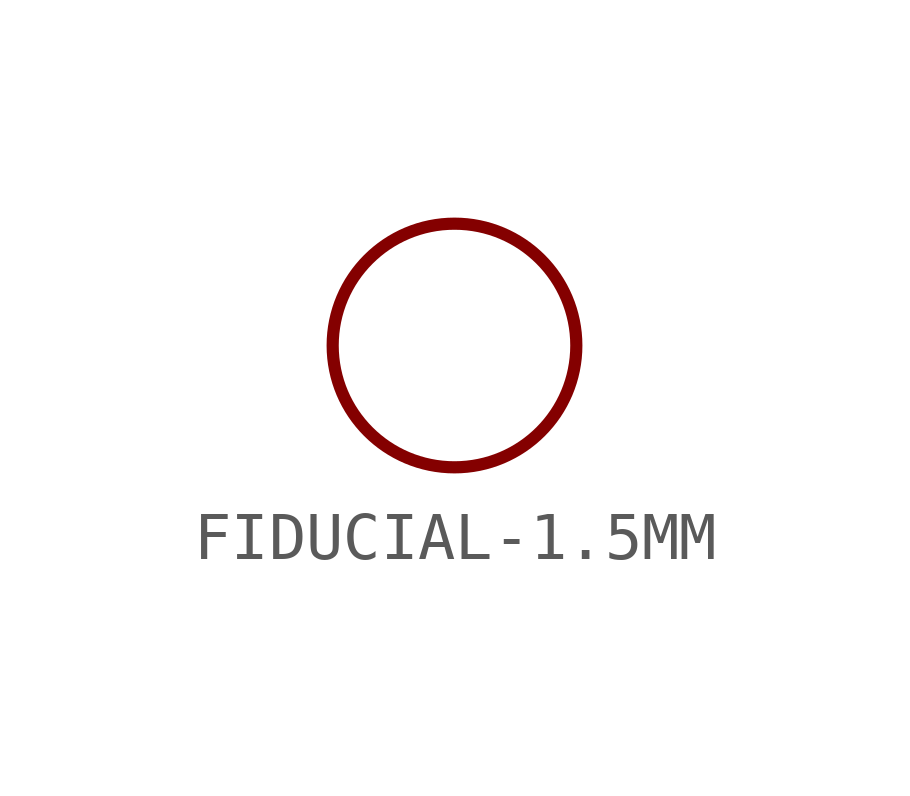
<source format=kicad_sym>
(kicad_symbol_lib
  (version 20211014)
  (generator kicad_symbol_editor)
  (symbol "FIDUCIAL-1.5MM"
    (property "Reference" ""
      (at 0 0 0)
      (effects (font (size 1.27 1.27)) hide))
    (property "ki_locked" ""
      (at 0 0 0)
      (effects (font (size 1.27 1.27))))
    (symbol "FIDUCIAL-1.5MM_1_0"
      (circle (center 0 0) (radius 2.54) (stroke (width 0.254) (type default) (color 0 0 0 0)) (fill (type none))))))
</source>
